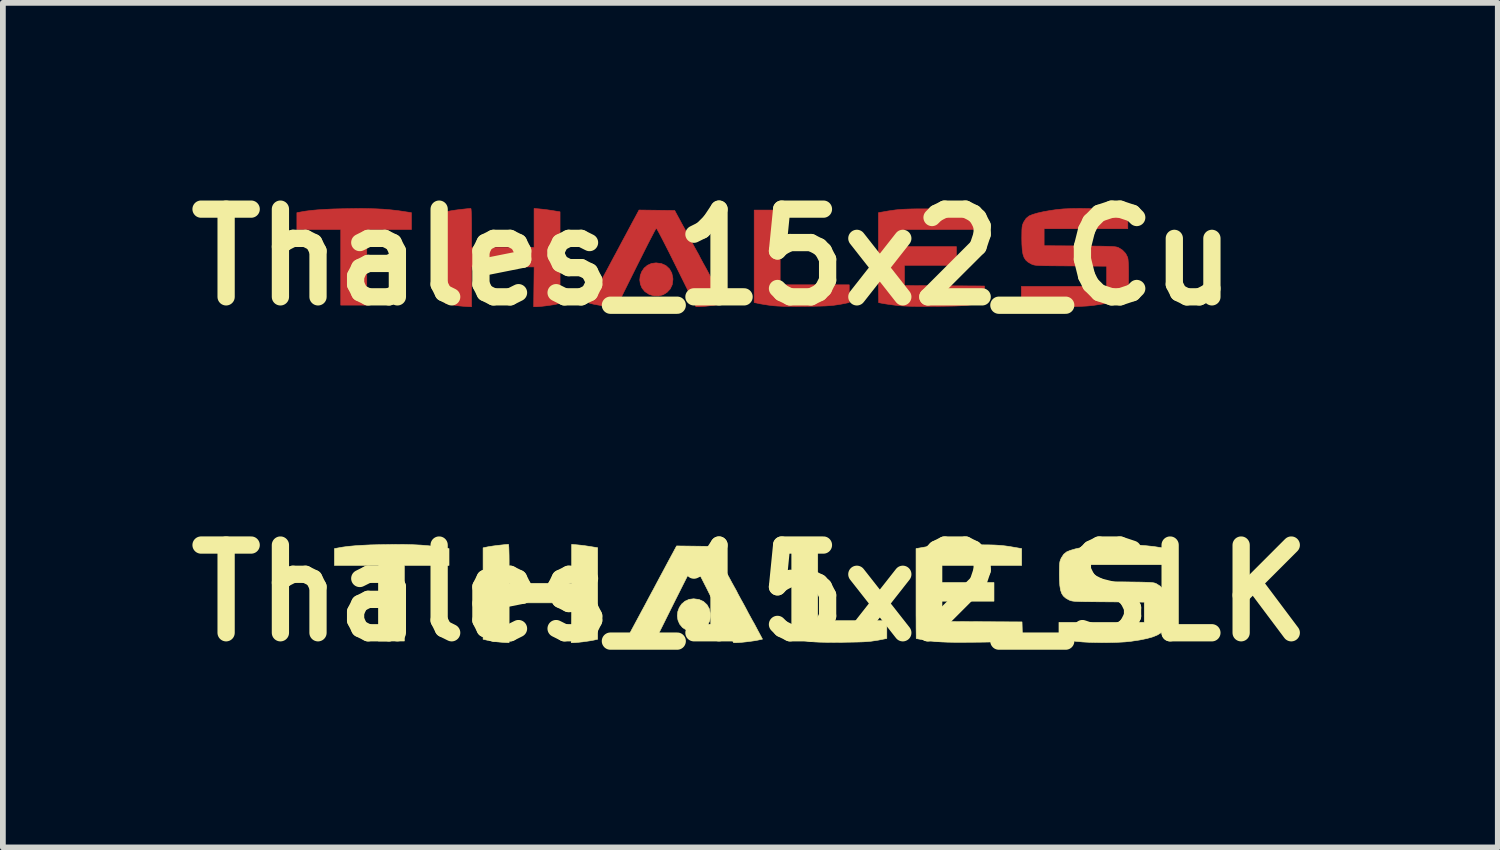
<source format=kicad_pcb>
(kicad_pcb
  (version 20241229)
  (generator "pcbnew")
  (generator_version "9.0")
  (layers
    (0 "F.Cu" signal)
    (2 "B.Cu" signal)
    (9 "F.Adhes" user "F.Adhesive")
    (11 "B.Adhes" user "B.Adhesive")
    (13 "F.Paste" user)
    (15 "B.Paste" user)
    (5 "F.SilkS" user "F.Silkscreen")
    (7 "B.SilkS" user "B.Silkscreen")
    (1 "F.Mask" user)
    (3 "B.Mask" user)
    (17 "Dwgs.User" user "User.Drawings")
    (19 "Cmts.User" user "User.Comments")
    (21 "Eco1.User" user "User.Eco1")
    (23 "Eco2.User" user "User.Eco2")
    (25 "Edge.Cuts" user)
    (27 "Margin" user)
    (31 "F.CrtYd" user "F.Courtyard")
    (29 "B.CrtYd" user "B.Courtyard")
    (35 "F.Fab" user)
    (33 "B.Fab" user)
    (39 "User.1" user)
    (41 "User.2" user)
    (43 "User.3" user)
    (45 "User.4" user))
  (footprint "Thales_15x2_SLK"
    (layer "F.Cu")
    (at 9.986 7.254)
    (property "Reference" "Thales_15x2_SLK" (at 0 0 0) (layer "F.SilkS") (effects (font (size 1.524 1.524) (thickness 0.3))))
    (attr through_hole)
    (fp_poly (pts (xy -6.004 -0.844) (xy -5.855 -0.84) (xy -5.718 -0.833) (xy -5.591 -0.822) (xy -5.467 -0.808) (xy -5.38 -0.795) (xy -5.235 -0.773) (xy -5.235 -0.48) (xy -6.011 -0.48) (xy -6.011 0.833) (xy -6.463 0.833) (xy -6.463 -0.48) (xy -7.225 -0.48) (xy -7.225 -0.773) (xy -7.175 -0.782) (xy -7.079 -0.799) (xy -6.978 -0.812) (xy -6.868 -0.822) (xy -6.744 -0.83) (xy -6.601 -0.837) (xy -6.437 -0.841) (xy -6.364 -0.842) (xy -6.172 -0.845) (xy -6.004 -0.844)) (stroke (width 0.01) (type solid)) (fill yes) (layer "F.SilkS"))
    (fp_poly (pts (xy -0.892 0.111) (xy -0.814 0.146) (xy -0.753 0.202) (xy -0.712 0.275) (xy -0.693 0.363) (xy -0.692 0.391) (xy -0.704 0.478) (xy -0.739 0.552) (xy -0.793 0.61) (xy -0.86 0.652) (xy -0.937 0.673) (xy -1.021 0.672) (xy -1.106 0.646) (xy -1.109 0.644) (xy -1.18 0.597) (xy -1.229 0.537) (xy -1.258 0.468) (xy -1.268 0.395) (xy -1.26 0.321) (xy -1.234 0.251) (xy -1.193 0.19) (xy -1.135 0.141) (xy -1.064 0.109) (xy -0.985 0.099) (xy -0.892 0.111)) (stroke (width 0.01) (type solid)) (fill yes) (layer "F.SilkS"))
    (fp_poly (pts (xy 1.171 0.48) (xy 2.371 0.48) (xy 2.371 0.788) (xy 2.297 0.803) (xy 2.226 0.817) (xy 2.162 0.827) (xy 2.1 0.836) (xy 2.034 0.842) (xy 1.961 0.847) (xy 1.874 0.85) (xy 1.771 0.852) (xy 1.645 0.854) (xy 1.602 0.855) (xy 1.448 0.856) (xy 1.319 0.855) (xy 1.213 0.853) (xy 1.126 0.849) (xy 1.056 0.844) (xy 1.019 0.84) (xy 0.948 0.83) (xy 0.878 0.819) (xy 0.819 0.809) (xy 0.797 0.804) (xy 0.72 0.788) (xy 0.72 -0.818) (xy 1.171 -0.818) (xy 1.171 0.48)) (stroke (width 0.01) (type solid)) (fill yes) (layer "F.SilkS"))
    (fp_poly (pts (xy -4.199 -0.833) (xy -4.196 -0.795) (xy -4.194 -0.737) (xy -4.192 -0.662) (xy -4.191 -0.574) (xy -4.191 -0.508) (xy -4.191 -0.169) (xy -3.104 -0.169) (xy -3.104 -0.846) (xy -3.009 -0.838) (xy -2.949 -0.832) (xy -2.876 -0.823) (xy -2.801 -0.812) (xy -2.783 -0.809) (xy -2.653 -0.788) (xy -2.653 0.802) (xy -2.72 0.817) (xy -2.772 0.827) (xy -2.84 0.837) (xy -2.914 0.847) (xy -2.985 0.855) (xy -3.043 0.86) (xy -3.069 0.861) (xy -3.111 0.861) (xy -3.107 0.515) (xy -3.103 0.169) (xy -4.191 0.169) (xy -4.191 0.861) (xy -4.251 0.859) (xy -4.297 0.856) (xy -4.357 0.851) (xy -4.408 0.846) (xy -4.47 0.837) (xy -4.534 0.826) (xy -4.574 0.818) (xy -4.643 0.802) (xy -4.643 -0.786) (xy -4.568 -0.802) (xy -4.528 -0.809) (xy -4.469 -0.818) (xy -4.399 -0.827) (xy -4.327 -0.835) (xy -4.261 -0.842) (xy -4.211 -0.846) (xy -4.202 -0.846) (xy -4.199 -0.833)) (stroke (width 0.01) (type solid)) (fill yes) (layer "F.SilkS"))
    (fp_poly (pts (xy 3.937 -0.839) (xy 4.054 -0.838) (xy 4.151 -0.837) (xy 4.234 -0.835) (xy 4.305 -0.831) (xy 4.37 -0.826) (xy 4.432 -0.819) (xy 4.497 -0.81) (xy 4.567 -0.798) (xy 4.625 -0.788) (xy 4.713 -0.773) (xy 4.713 -0.48) (xy 3.33 -0.48) (xy 3.33 -0.183) (xy 4.233 -0.183) (xy 4.233 0.141) (xy 3.33 0.141) (xy 3.33 0.494) (xy 4.72 0.501) (xy 4.728 0.787) (xy 4.64 0.803) (xy 4.566 0.816) (xy 4.5 0.826) (xy 4.435 0.834) (xy 4.367 0.84) (xy 4.293 0.845) (xy 4.207 0.849) (xy 4.106 0.851) (xy 3.984 0.853) (xy 3.866 0.854) (xy 3.696 0.855) (xy 3.552 0.855) (xy 3.432 0.853) (xy 3.333 0.849) (xy 3.254 0.844) (xy 3.217 0.84) (xy 3.142 0.831) (xy 3.068 0.821) (xy 3.005 0.812) (xy 2.971 0.806) (xy 2.926 0.798) (xy 2.894 0.792) (xy 2.883 0.79) (xy 2.882 0.777) (xy 2.882 0.737) (xy 2.881 0.675) (xy 2.88 0.592) (xy 2.88 0.49) (xy 2.879 0.374) (xy 2.879 0.244) (xy 2.879 0.104) (xy 2.879 0.009) (xy 2.879 -0.773) (xy 2.967 -0.788) (xy 3.045 -0.802) (xy 3.114 -0.812) (xy 3.177 -0.821) (xy 3.24 -0.827) (xy 3.306 -0.832) (xy 3.38 -0.835) (xy 3.466 -0.838) (xy 3.568 -0.839) (xy 3.691 -0.839) (xy 3.796 -0.839) (xy 3.937 -0.839)) (stroke (width 0.01) (type solid)) (fill yes) (layer "F.SilkS"))
    (fp_poly (pts (xy -0.661 -0.811) (xy -0.612 -0.72) (xy -0.578 -0.658) (xy -0.542 -0.59) (xy -0.516 -0.543) (xy -0.488 -0.492) (xy -0.453 -0.427) (xy -0.416 -0.358) (xy -0.402 -0.332) (xy -0.365 -0.264) (xy -0.326 -0.191) (xy -0.291 -0.128) (xy -0.28 -0.108) (xy -0.254 -0.062) (xy -0.235 -0.027) (xy -0.226 -0.008) (xy -0.226 -0.007) (xy -0.219 0.006) (xy -0.202 0.038) (xy -0.178 0.082) (xy -0.172 0.094) (xy -0.141 0.149) (xy -0.103 0.218) (xy -0.064 0.291) (xy -0.043 0.332) (xy -0.012 0.389) (xy 0.015 0.438) (xy 0.034 0.473) (xy 0.042 0.487) (xy 0.052 0.504) (xy 0.073 0.541) (xy 0.1 0.592) (xy 0.131 0.651) (xy 0.211 0.8) (xy 0.137 0.816) (xy 0.08 0.827) (xy 0.007 0.837) (xy -0.072 0.847) (xy -0.148 0.855) (xy -0.212 0.86) (xy -0.241 0.861) (xy -0.291 0.861) (xy -0.629 0.177) (xy -0.693 0.048) (xy -0.753 -0.073) (xy -0.809 -0.183) (xy -0.859 -0.281) (xy -0.902 -0.364) (xy -0.937 -0.43) (xy -0.963 -0.476) (xy -0.977 -0.5) (xy -0.981 -0.503) (xy -0.99 -0.49) (xy -1.01 -0.454) (xy -1.04 -0.397) (xy -1.079 -0.322) (xy -1.126 -0.231) (xy -1.179 -0.126) (xy -1.237 -0.01) (xy -1.3 0.115) (xy -1.333 0.181) (xy -1.671 0.861) (xy -1.735 0.859) (xy -1.785 0.856) (xy -1.847 0.851) (xy -1.893 0.846) (xy -1.945 0.839) (xy -2.003 0.829) (xy -2.058 0.819) (xy -2.104 0.809) (xy -2.136 0.801) (xy -2.145 0.796) (xy -2.139 0.783) (xy -2.121 0.749) (xy -2.095 0.701) (xy -2.064 0.641) (xy -2.055 0.625) (xy -2.028 0.575) (xy -1.99 0.504) (xy -1.942 0.415) (xy -1.888 0.314) (xy -1.828 0.203) (xy -1.766 0.086) (xy -1.703 -0.032) (xy -1.693 -0.049) (xy -1.631 -0.166) (xy -1.571 -0.279) (xy -1.513 -0.386) (xy -1.461 -0.484) (xy -1.416 -0.568) (xy -1.38 -0.635) (xy -1.355 -0.681) (xy -1.351 -0.688) (xy -1.281 -0.819) (xy -0.661 -0.811)) (stroke (width 0.01) (type solid)) (fill yes) (layer "F.SilkS"))
    (fp_poly (pts (xy 6.545 -0.843) (xy 6.708 -0.836) (xy 6.864 -0.824) (xy 7.007 -0.809) (xy 7.132 -0.79) (xy 7.172 -0.782) (xy 7.211 -0.774) (xy 7.211 -0.494) (xy 5.757 -0.494) (xy 5.757 -0.199) (xy 6.375 -0.195) (xy 6.524 -0.194) (xy 6.648 -0.192) (xy 6.75 -0.191) (xy 6.831 -0.189) (xy 6.894 -0.187) (xy 6.943 -0.185) (xy 6.98 -0.182) (xy 7.008 -0.178) (xy 7.029 -0.173) (xy 7.046 -0.167) (xy 7.052 -0.164) (xy 7.119 -0.122) (xy 7.174 -0.064) (xy 7.208 0.003) (xy 7.21 0.01) (xy 7.216 0.045) (xy 7.22 0.101) (xy 7.223 0.172) (xy 7.224 0.253) (xy 7.224 0.336) (xy 7.223 0.416) (xy 7.221 0.488) (xy 7.217 0.546) (xy 7.212 0.582) (xy 7.21 0.588) (xy 7.181 0.641) (xy 7.137 0.687) (xy 7.076 0.726) (xy 6.994 0.76) (xy 6.891 0.789) (xy 6.764 0.815) (xy 6.61 0.838) (xy 6.6 0.839) (xy 6.511 0.848) (xy 6.402 0.854) (xy 6.277 0.858) (xy 6.145 0.859) (xy 6.013 0.858) (xy 5.886 0.855) (xy 5.773 0.849) (xy 5.679 0.84) (xy 5.672 0.84) (xy 5.6 0.83) (xy 5.528 0.82) (xy 5.467 0.81) (xy 5.443 0.805) (xy 5.362 0.788) (xy 5.362 0.508) (xy 6.844 0.508) (xy 6.844 0.157) (xy 6.219 0.152) (xy 6.071 0.151) (xy 5.947 0.15) (xy 5.846 0.149) (xy 5.766 0.148) (xy 5.703 0.146) (xy 5.654 0.144) (xy 5.617 0.141) (xy 5.59 0.137) (xy 5.569 0.132) (xy 5.552 0.126) (xy 5.536 0.119) (xy 5.528 0.115) (xy 5.477 0.085) (xy 5.438 0.05) (xy 5.409 0.005) (xy 5.389 -0.054) (xy 5.377 -0.13) (xy 5.371 -0.227) (xy 5.369 -0.325) (xy 5.37 -0.409) (xy 5.371 -0.471) (xy 5.374 -0.516) (xy 5.379 -0.549) (xy 5.388 -0.577) (xy 5.4 -0.605) (xy 5.405 -0.614) (xy 5.445 -0.675) (xy 5.495 -0.715) (xy 5.496 -0.716) (xy 5.556 -0.741) (xy 5.64 -0.766) (xy 5.746 -0.79) (xy 5.871 -0.812) (xy 5.969 -0.826) (xy 6.089 -0.838) (xy 6.23 -0.844) (xy 6.384 -0.846) (xy 6.545 -0.843)) (stroke (width 0.01) (type solid)) (fill yes) (layer "F.SilkS")))
  (footprint "Thales_15x2_Cu"
    (layer "F.Cu")
    (at 9.333 1.418)
    (property "Reference" "Thales_15x2_Cu" (at 0 0 0) (layer "F.SilkS") (effects (font (size 1.524 1.524) (thickness 0.3))))
    (attr through_hole)
    (fp_poly (pts (xy -6.004 -0.844) (xy -5.855 -0.84) (xy -5.718 -0.833) (xy -5.591 -0.822) (xy -5.467 -0.808) (xy -5.38 -0.795) (xy -5.235 -0.773) (xy -5.235 -0.48) (xy -6.011 -0.48) (xy -6.011 0.833) (xy -6.463 0.833) (xy -6.463 -0.48) (xy -7.225 -0.48) (xy -7.225 -0.773) (xy -7.175 -0.782) (xy -7.079 -0.799) (xy -6.978 -0.812) (xy -6.868 -0.822) (xy -6.744 -0.83) (xy -6.601 -0.837) (xy -6.437 -0.841) (xy -6.364 -0.842) (xy -6.172 -0.845) (xy -6.004 -0.844)) (stroke (width 0.01) (type solid)) (fill yes) (layer "F.Cu"))
    (fp_poly (pts (xy -0.892 0.111) (xy -0.814 0.146) (xy -0.753 0.202) (xy -0.712 0.275) (xy -0.693 0.363) (xy -0.692 0.391) (xy -0.704 0.478) (xy -0.739 0.552) (xy -0.793 0.61) (xy -0.86 0.652) (xy -0.937 0.673) (xy -1.021 0.672) (xy -1.106 0.646) (xy -1.109 0.644) (xy -1.18 0.597) (xy -1.229 0.537) (xy -1.258 0.468) (xy -1.268 0.395) (xy -1.26 0.321) (xy -1.234 0.251) (xy -1.193 0.19) (xy -1.135 0.141) (xy -1.064 0.109) (xy -0.985 0.099) (xy -0.892 0.111)) (stroke (width 0.01) (type solid)) (fill yes) (layer "F.Cu"))
    (fp_poly (pts (xy 1.171 0.48) (xy 2.371 0.48) (xy 2.371 0.788) (xy 2.297 0.803) (xy 2.226 0.817) (xy 2.162 0.827) (xy 2.1 0.836) (xy 2.034 0.842) (xy 1.961 0.847) (xy 1.874 0.85) (xy 1.771 0.852) (xy 1.645 0.854) (xy 1.602 0.855) (xy 1.448 0.856) (xy 1.319 0.855) (xy 1.213 0.853) (xy 1.126 0.849) (xy 1.056 0.844) (xy 1.019 0.84) (xy 0.948 0.83) (xy 0.878 0.819) (xy 0.819 0.809) (xy 0.797 0.804) (xy 0.72 0.788) (xy 0.72 -0.818) (xy 1.171 -0.818) (xy 1.171 0.48)) (stroke (width 0.01) (type solid)) (fill yes) (layer "F.Cu"))
    (fp_poly (pts (xy -4.199 -0.833) (xy -4.196 -0.795) (xy -4.194 -0.737) (xy -4.192 -0.662) (xy -4.191 -0.574) (xy -4.191 -0.508) (xy -4.191 -0.169) (xy -3.104 -0.169) (xy -3.104 -0.846) (xy -3.009 -0.838) (xy -2.949 -0.832) (xy -2.876 -0.823) (xy -2.801 -0.812) (xy -2.783 -0.809) (xy -2.653 -0.788) (xy -2.653 0.802) (xy -2.72 0.817) (xy -2.772 0.827) (xy -2.84 0.837) (xy -2.914 0.847) (xy -2.985 0.855) (xy -3.043 0.86) (xy -3.069 0.861) (xy -3.111 0.861) (xy -3.107 0.515) (xy -3.103 0.169) (xy -4.191 0.169) (xy -4.191 0.861) (xy -4.251 0.859) (xy -4.297 0.856) (xy -4.357 0.851) (xy -4.408 0.846) (xy -4.47 0.837) (xy -4.534 0.826) (xy -4.574 0.818) (xy -4.643 0.802) (xy -4.643 -0.786) (xy -4.568 -0.802) (xy -4.528 -0.809) (xy -4.469 -0.818) (xy -4.399 -0.827) (xy -4.327 -0.835) (xy -4.261 -0.842) (xy -4.211 -0.846) (xy -4.202 -0.846) (xy -4.199 -0.833)) (stroke (width 0.01) (type solid)) (fill yes) (layer "F.Cu"))
    (fp_poly (pts (xy 3.937 -0.839) (xy 4.054 -0.838) (xy 4.151 -0.837) (xy 4.234 -0.835) (xy 4.305 -0.831) (xy 4.37 -0.826) (xy 4.432 -0.819) (xy 4.497 -0.81) (xy 4.567 -0.798) (xy 4.625 -0.788) (xy 4.713 -0.773) (xy 4.713 -0.48) (xy 3.33 -0.48) (xy 3.33 -0.183) (xy 4.233 -0.183) (xy 4.233 0.141) (xy 3.33 0.141) (xy 3.33 0.494) (xy 4.72 0.501) (xy 4.728 0.787) (xy 4.64 0.803) (xy 4.566 0.816) (xy 4.5 0.826) (xy 4.435 0.834) (xy 4.367 0.84) (xy 4.293 0.845) (xy 4.207 0.849) (xy 4.106 0.851) (xy 3.984 0.853) (xy 3.866 0.854) (xy 3.696 0.855) (xy 3.552 0.855) (xy 3.432 0.853) (xy 3.333 0.849) (xy 3.254 0.844) (xy 3.217 0.84) (xy 3.142 0.831) (xy 3.068 0.821) (xy 3.005 0.812) (xy 2.971 0.806) (xy 2.926 0.798) (xy 2.894 0.792) (xy 2.883 0.79) (xy 2.882 0.777) (xy 2.882 0.737) (xy 2.881 0.675) (xy 2.88 0.592) (xy 2.88 0.49) (xy 2.879 0.374) (xy 2.879 0.244) (xy 2.879 0.104) (xy 2.879 0.009) (xy 2.879 -0.773) (xy 2.967 -0.788) (xy 3.045 -0.802) (xy 3.114 -0.812) (xy 3.177 -0.821) (xy 3.24 -0.827) (xy 3.306 -0.832) (xy 3.38 -0.835) (xy 3.466 -0.838) (xy 3.568 -0.839) (xy 3.691 -0.839) (xy 3.796 -0.839) (xy 3.937 -0.839)) (stroke (width 0.01) (type solid)) (fill yes) (layer "F.Cu"))
    (fp_poly (pts (xy -0.661 -0.811) (xy -0.612 -0.72) (xy -0.578 -0.658) (xy -0.542 -0.59) (xy -0.516 -0.543) (xy -0.488 -0.492) (xy -0.453 -0.427) (xy -0.416 -0.358) (xy -0.402 -0.332) (xy -0.365 -0.264) (xy -0.326 -0.191) (xy -0.291 -0.128) (xy -0.28 -0.108) (xy -0.254 -0.062) (xy -0.235 -0.027) (xy -0.226 -0.008) (xy -0.226 -0.007) (xy -0.219 0.006) (xy -0.202 0.038) (xy -0.178 0.082) (xy -0.172 0.094) (xy -0.141 0.149) (xy -0.103 0.218) (xy -0.064 0.291) (xy -0.043 0.332) (xy -0.012 0.389) (xy 0.015 0.438) (xy 0.034 0.473) (xy 0.042 0.487) (xy 0.052 0.504) (xy 0.073 0.541) (xy 0.1 0.592) (xy 0.131 0.651) (xy 0.211 0.8) (xy 0.137 0.816) (xy 0.08 0.827) (xy 0.007 0.837) (xy -0.072 0.847) (xy -0.148 0.855) (xy -0.212 0.86) (xy -0.241 0.861) (xy -0.291 0.861) (xy -0.629 0.177) (xy -0.693 0.048) (xy -0.753 -0.073) (xy -0.809 -0.183) (xy -0.859 -0.281) (xy -0.902 -0.364) (xy -0.937 -0.43) (xy -0.963 -0.476) (xy -0.977 -0.5) (xy -0.981 -0.503) (xy -0.99 -0.49) (xy -1.01 -0.454) (xy -1.04 -0.397) (xy -1.079 -0.322) (xy -1.126 -0.231) (xy -1.179 -0.126) (xy -1.237 -0.01) (xy -1.3 0.115) (xy -1.333 0.181) (xy -1.671 0.861) (xy -1.735 0.859) (xy -1.785 0.856) (xy -1.847 0.851) (xy -1.893 0.846) (xy -1.945 0.839) (xy -2.003 0.829) (xy -2.058 0.819) (xy -2.104 0.809) (xy -2.136 0.801) (xy -2.145 0.796) (xy -2.139 0.783) (xy -2.121 0.749) (xy -2.095 0.701) (xy -2.064 0.641) (xy -2.055 0.625) (xy -2.028 0.575) (xy -1.99 0.504) (xy -1.942 0.415) (xy -1.888 0.314) (xy -1.828 0.203) (xy -1.766 0.086) (xy -1.703 -0.032) (xy -1.693 -0.049) (xy -1.631 -0.166) (xy -1.571 -0.279) (xy -1.513 -0.386) (xy -1.461 -0.484) (xy -1.416 -0.568) (xy -1.38 -0.635) (xy -1.355 -0.681) (xy -1.351 -0.688) (xy -1.281 -0.819) (xy -0.661 -0.811)) (stroke (width 0.01) (type solid)) (fill yes) (layer "F.Cu"))
    (fp_poly (pts (xy 6.545 -0.843) (xy 6.708 -0.836) (xy 6.864 -0.824) (xy 7.007 -0.809) (xy 7.132 -0.79) (xy 7.172 -0.782) (xy 7.211 -0.774) (xy 7.211 -0.494) (xy 5.757 -0.494) (xy 5.757 -0.199) (xy 6.375 -0.195) (xy 6.524 -0.194) (xy 6.648 -0.192) (xy 6.75 -0.191) (xy 6.831 -0.189) (xy 6.894 -0.187) (xy 6.943 -0.185) (xy 6.98 -0.182) (xy 7.008 -0.178) (xy 7.029 -0.173) (xy 7.046 -0.167) (xy 7.052 -0.164) (xy 7.119 -0.122) (xy 7.174 -0.064) (xy 7.208 0.003) (xy 7.21 0.01) (xy 7.216 0.045) (xy 7.22 0.101) (xy 7.223 0.172) (xy 7.224 0.253) (xy 7.224 0.336) (xy 7.223 0.416) (xy 7.221 0.488) (xy 7.217 0.546) (xy 7.212 0.582) (xy 7.21 0.588) (xy 7.181 0.641) (xy 7.137 0.687) (xy 7.076 0.726) (xy 6.994 0.76) (xy 6.891 0.789) (xy 6.764 0.815) (xy 6.61 0.838) (xy 6.6 0.839) (xy 6.511 0.848) (xy 6.402 0.854) (xy 6.277 0.858) (xy 6.145 0.859) (xy 6.013 0.858) (xy 5.886 0.855) (xy 5.773 0.849) (xy 5.679 0.84) (xy 5.672 0.84) (xy 5.6 0.83) (xy 5.528 0.82) (xy 5.467 0.81) (xy 5.443 0.805) (xy 5.362 0.788) (xy 5.362 0.508) (xy 6.844 0.508) (xy 6.844 0.157) (xy 6.219 0.152) (xy 6.071 0.151) (xy 5.947 0.15) (xy 5.846 0.149) (xy 5.766 0.148) (xy 5.703 0.146) (xy 5.654 0.144) (xy 5.617 0.141) (xy 5.59 0.137) (xy 5.569 0.132) (xy 5.552 0.126) (xy 5.536 0.119) (xy 5.528 0.115) (xy 5.477 0.085) (xy 5.438 0.05) (xy 5.409 0.005) (xy 5.389 -0.054) (xy 5.377 -0.13) (xy 5.371 -0.227) (xy 5.369 -0.325) (xy 5.37 -0.409) (xy 5.371 -0.471) (xy 5.374 -0.516) (xy 5.379 -0.549) (xy 5.388 -0.577) (xy 5.4 -0.605) (xy 5.405 -0.614) (xy 5.445 -0.675) (xy 5.495 -0.715) (xy 5.496 -0.716) (xy 5.556 -0.741) (xy 5.64 -0.766) (xy 5.746 -0.79) (xy 5.871 -0.812) (xy 5.969 -0.826) (xy 6.089 -0.838) (xy 6.23 -0.844) (xy 6.384 -0.846) (xy 6.545 -0.843)) (stroke (width 0.01) (type solid)) (fill yes) (layer "F.Cu")))
  (gr_rect
    (start -3 -3)
    (end 22.972 11.672)
    (stroke (width 0.1) (type default))
    (fill no)
    (layer "Edge.Cuts")))
</source>
